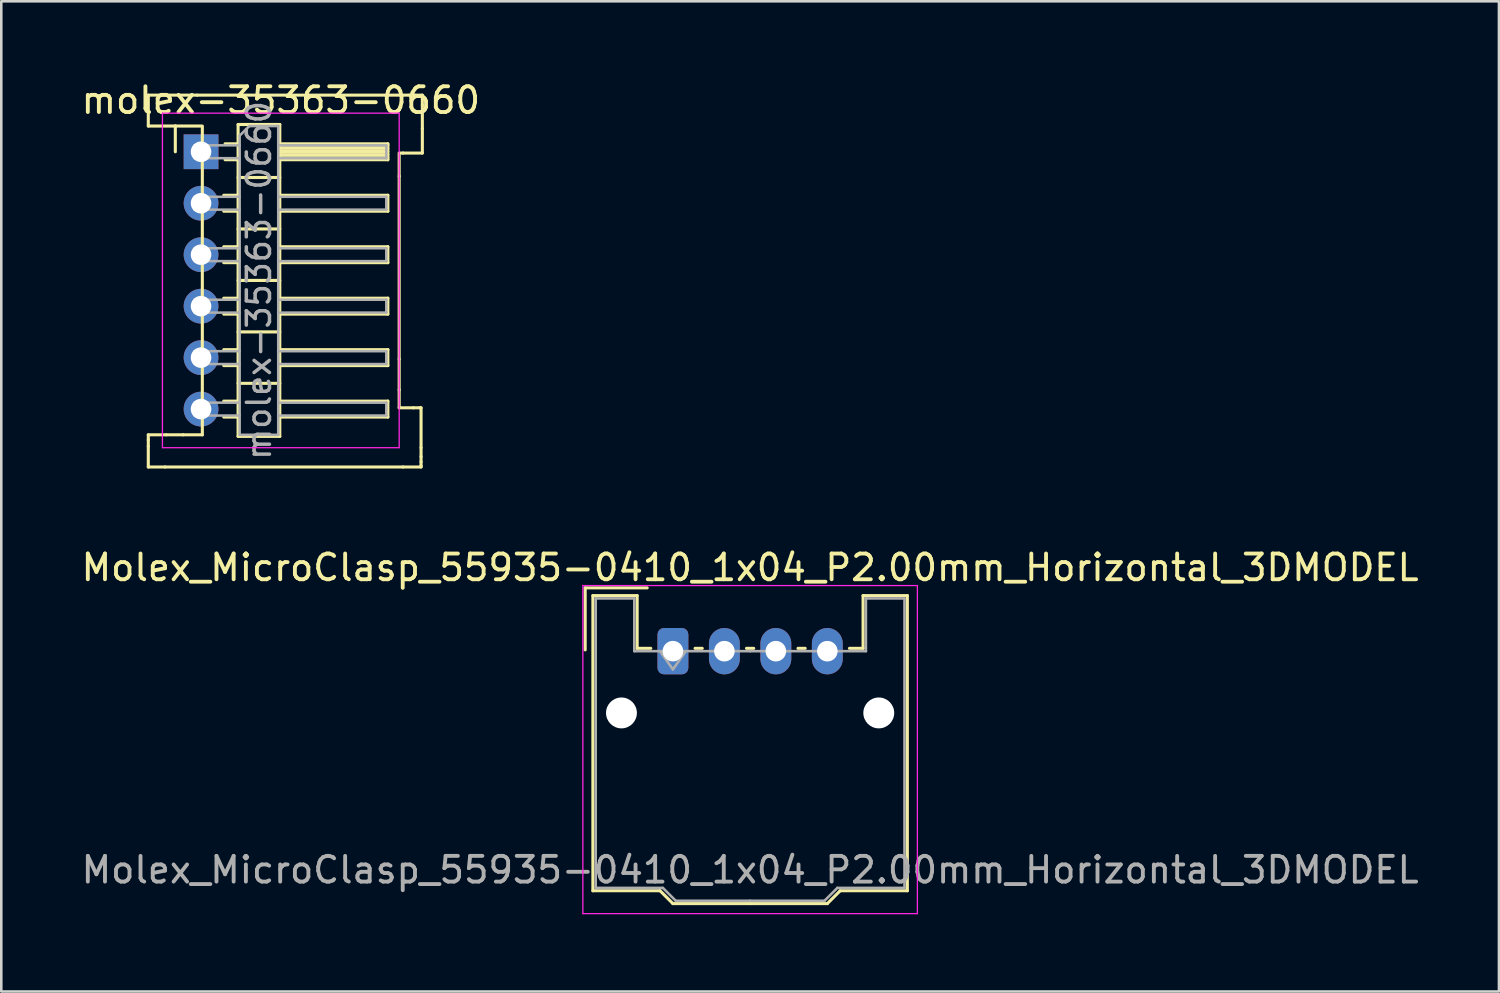
<source format=kicad_pcb>
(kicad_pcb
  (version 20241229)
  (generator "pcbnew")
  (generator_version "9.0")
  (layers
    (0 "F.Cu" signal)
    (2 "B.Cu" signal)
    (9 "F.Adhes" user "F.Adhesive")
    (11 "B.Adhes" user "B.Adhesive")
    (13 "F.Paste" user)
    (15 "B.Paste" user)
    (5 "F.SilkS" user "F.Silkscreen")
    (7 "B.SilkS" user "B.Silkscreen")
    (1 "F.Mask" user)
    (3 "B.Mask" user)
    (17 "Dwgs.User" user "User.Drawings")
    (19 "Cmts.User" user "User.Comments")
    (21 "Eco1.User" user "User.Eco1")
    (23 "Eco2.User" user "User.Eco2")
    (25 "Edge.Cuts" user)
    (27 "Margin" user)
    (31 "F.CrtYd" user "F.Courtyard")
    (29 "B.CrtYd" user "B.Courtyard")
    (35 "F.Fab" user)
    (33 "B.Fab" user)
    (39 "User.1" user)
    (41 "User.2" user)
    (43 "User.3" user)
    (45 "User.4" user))
  (footprint "Molex_MicroClasp_55935-0410_1x04_P2.00mm_Horizontal_3DMODEL"
    (layer "F.Cu")
    (at 23.101 22.256)
    (property "Reference" "Molex_MicroClasp_55935-0410_1x04_P2.00mm_Horizontal_3DMODEL" (at 3 -3.25 0) (layer "F.SilkS") (effects (font (size 1 1) (thickness 0.15))))
    (attr through_hole)
    (fp_line (start -3.41 -2.46) (end -1 -2.46) (stroke (width 0.12) (type solid)) (layer "F.SilkS"))
    (fp_line (start -3.41 -0.05) (end -3.41 -2.46) (stroke (width 0.12) (type solid)) (layer "F.SilkS"))
    (fp_line (start -3.11 -2.16) (end -1.39 -2.16) (stroke (width 0.12) (type solid)) (layer "F.SilkS"))
    (fp_line (start -3.11 9.31) (end -3.11 -2.16) (stroke (width 0.12) (type solid)) (layer "F.SilkS"))
    (fp_line (start -1.39 -2.16) (end -1.39 -0.11) (stroke (width 0.12) (type solid)) (layer "F.SilkS"))
    (fp_line (start -1.39 -0.11) (end -0.86 -0.11) (stroke (width 0.12) (type solid)) (layer "F.SilkS"))
    (fp_line (start -0.5 9.31) (end -3.11 9.31) (stroke (width 0.12) (type solid)) (layer "F.SilkS"))
    (fp_line (start 0 9.81) (end -0.5 9.31) (stroke (width 0.12) (type solid)) (layer "F.SilkS"))
    (fp_line (start 0.86 -0.11) (end 1.14 -0.11) (stroke (width 0.12) (type solid)) (layer "F.SilkS"))
    (fp_line (start 2.86 -0.11) (end 3.14 -0.11) (stroke (width 0.12) (type solid)) (layer "F.SilkS"))
    (fp_line (start 3 9.81) (end 0 9.81) (stroke (width 0.12) (type solid)) (layer "F.SilkS"))
    (fp_line (start 3 9.81) (end 6 9.81) (stroke (width 0.12) (type solid)) (layer "F.SilkS"))
    (fp_line (start 4.86 -0.11) (end 5.14 -0.11) (stroke (width 0.12) (type solid)) (layer "F.SilkS"))
    (fp_line (start 6 9.81) (end 6.5 9.31) (stroke (width 0.12) (type solid)) (layer "F.SilkS"))
    (fp_line (start 6.5 9.31) (end 9.11 9.31) (stroke (width 0.12) (type solid)) (layer "F.SilkS"))
    (fp_line (start 7.39 -2.16) (end 7.39 -0.11) (stroke (width 0.12) (type solid)) (layer "F.SilkS"))
    (fp_line (start 7.39 -0.11) (end 6.86 -0.11) (stroke (width 0.12) (type solid)) (layer "F.SilkS"))
    (fp_line (start 9.11 -2.16) (end 7.39 -2.16) (stroke (width 0.12) (type solid)) (layer "F.SilkS"))
    (fp_line (start 9.11 9.31) (end 9.11 -2.16) (stroke (width 0.12) (type solid)) (layer "F.SilkS"))
    (fp_line (start -3.5 -2.55) (end -3.5 10.2) (stroke (width 0.05) (type solid)) (layer "F.CrtYd"))
    (fp_line (start -3.5 10.2) (end 9.5 10.2) (stroke (width 0.05) (type solid)) (layer "F.CrtYd"))
    (fp_line (start 9.5 -2.55) (end -3.5 -2.55) (stroke (width 0.05) (type solid)) (layer "F.CrtYd"))
    (fp_line (start 9.5 10.2) (end 9.5 -2.55) (stroke (width 0.05) (type solid)) (layer "F.CrtYd"))
    (fp_line (start -3 -2.05) (end -1.5 -2.05) (stroke (width 0.1) (type solid)) (layer "F.Fab"))
    (fp_line (start -3 9.2) (end -3 -2.05) (stroke (width 0.1) (type solid)) (layer "F.Fab"))
    (fp_line (start -1.5 -2.05) (end -1.5 0) (stroke (width 0.1) (type solid)) (layer "F.Fab"))
    (fp_line (start -1.5 0) (end 3 0) (stroke (width 0.1) (type solid)) (layer "F.Fab"))
    (fp_line (start -0.5 0) (end 0 0.707) (stroke (width 0.1) (type solid)) (layer "F.Fab"))
    (fp_line (start -0.39 9.2) (end -3 9.2) (stroke (width 0.1) (type solid)) (layer "F.Fab"))
    (fp_line (start 0 0.707) (end 0.5 0) (stroke (width 0.1) (type solid)) (layer "F.Fab"))
    (fp_line (start 0.11 9.7) (end -0.39 9.2) (stroke (width 0.1) (type solid)) (layer "F.Fab"))
    (fp_line (start 3 9.7) (end 0.11 9.7) (stroke (width 0.1) (type solid)) (layer "F.Fab"))
    (fp_line (start 3 9.7) (end 5.89 9.7) (stroke (width 0.1) (type solid)) (layer "F.Fab"))
    (fp_line (start 5.89 9.7) (end 6.39 9.2) (stroke (width 0.1) (type solid)) (layer "F.Fab"))
    (fp_line (start 6.39 9.2) (end 9 9.2) (stroke (width 0.1) (type solid)) (layer "F.Fab"))
    (fp_line (start 7.5 -2.05) (end 7.5 0) (stroke (width 0.1) (type solid)) (layer "F.Fab"))
    (fp_line (start 7.5 0) (end 3 0) (stroke (width 0.1) (type solid)) (layer "F.Fab"))
    (fp_line (start 9 -2.05) (end 7.5 -2.05) (stroke (width 0.1) (type solid)) (layer "F.Fab"))
    (fp_line (start 9 9.2) (end 9 -2.05) (stroke (width 0.1) (type solid)) (layer "F.Fab"))
    (fp_text user "${REFERENCE}" (at 3 8.5 0) (layer "F.Fab") (effects (font (size 1 1) (thickness 0.15))))
    (pad "" np_thru_hole circle (at -2 2.4) (size 1.2 1.2) (drill 1.2) (layers "*.Cu" "*.Mask"))
    (pad "" np_thru_hole circle (at 8 2.4) (size 1.2 1.2) (drill 1.2) (layers "*.Cu" "*.Mask"))
    (pad "1" thru_hole roundrect (at 0 0) (size 1.2 1.8) (drill 0.8) (layers "*.Cu" "*.Mask") (roundrect_rratio 0.208))
    (pad "2" thru_hole oval (at 2 0) (size 1.2 1.8) (drill 0.8) (layers "*.Cu" "*.Mask"))
    (pad "3" thru_hole oval (at 4 0) (size 1.2 1.8) (drill 0.8) (layers "*.Cu" "*.Mask"))
    (pad "4" thru_hole oval (at 6 0) (size 1.2 1.8) (drill 0.8) (layers "*.Cu" "*.Mask")))
  (footprint "molex-35363-0660"
    (layer "F.Cu")
    (at 4.763 2.848)
    (property "Reference" "molex-35363-0660" (at 3.1 -2 0) (layer "F.SilkS") (effects (font (size 1 1) (thickness 0.15))))
    (attr through_hole)
    (fp_line (start -2.05 -2.2) (end -0.15 -2.2) (stroke (width 0.12) (type solid)) (layer "F.SilkS"))
    (fp_line (start -2.05 -1) (end -2.05 -2.2) (stroke (width 0.12) (type solid)) (layer "F.SilkS"))
    (fp_line (start -2.05 11) (end -1.35 11) (stroke (width 0.12) (type solid)) (layer "F.SilkS"))
    (fp_line (start -2.05 11.2) (end -2.05 11) (stroke (width 0.12) (type solid)) (layer "F.SilkS"))
    (fp_line (start -2.05 11.45) (end -2.05 11.2) (stroke (width 0.12) (type solid)) (layer "F.SilkS"))
    (fp_line (start -2.05 12.25) (end -2.05 11.45) (stroke (width 0.12) (type solid)) (layer "F.SilkS"))
    (fp_line (start -1.4 12.25) (end -2.05 12.25) (stroke (width 0.12) (type solid)) (layer "F.SilkS"))
    (fp_line (start -1.35 11) (end -0.7 11) (stroke (width 0.12) (type solid)) (layer "F.SilkS"))
    (fp_line (start -1 -1) (end -2.05 -1) (stroke (width 0.12) (type solid)) (layer "F.SilkS"))
    (fp_line (start -1 -1) (end 0 -1) (stroke (width 0.12) (type solid)) (layer "F.SilkS"))
    (fp_line (start -1 0) (end -1 -1) (stroke (width 0.12) (type solid)) (layer "F.SilkS"))
    (fp_line (start -0.7 11) (end 0.05 11) (stroke (width 0.12) (type solid)) (layer "F.SilkS"))
    (fp_line (start -0.15 -2.2) (end 8.1 -2.2) (stroke (width 0.12) (type solid)) (layer "F.SilkS"))
    (fp_line (start 0.05 11) (end 0.05 -1) (stroke (width 0.12) (type solid)) (layer "F.SilkS"))
    (fp_line (start 0.882 1.69) (end 1.44 1.69) (stroke (width 0.12) (type solid)) (layer "F.SilkS"))
    (fp_line (start 0.882 2.31) (end 1.44 2.31) (stroke (width 0.12) (type solid)) (layer "F.SilkS"))
    (fp_line (start 0.882 3.69) (end 1.44 3.69) (stroke (width 0.12) (type solid)) (layer "F.SilkS"))
    (fp_line (start 0.882 4.31) (end 1.44 4.31) (stroke (width 0.12) (type solid)) (layer "F.SilkS"))
    (fp_line (start 0.882 5.69) (end 1.44 5.69) (stroke (width 0.12) (type solid)) (layer "F.SilkS"))
    (fp_line (start 0.882 6.31) (end 1.44 6.31) (stroke (width 0.12) (type solid)) (layer "F.SilkS"))
    (fp_line (start 0.882 7.69) (end 1.44 7.69) (stroke (width 0.12) (type solid)) (layer "F.SilkS"))
    (fp_line (start 0.882 8.31) (end 1.44 8.31) (stroke (width 0.12) (type solid)) (layer "F.SilkS"))
    (fp_line (start 0.882 9.69) (end 1.44 9.69) (stroke (width 0.12) (type solid)) (layer "F.SilkS"))
    (fp_line (start 0.882 10.31) (end 1.44 10.31) (stroke (width 0.12) (type solid)) (layer "F.SilkS"))
    (fp_line (start 0.935 -0.31) (end 1.44 -0.31) (stroke (width 0.12) (type solid)) (layer "F.SilkS"))
    (fp_line (start 0.935 0.31) (end 1.44 0.31) (stroke (width 0.12) (type solid)) (layer "F.SilkS"))
    (fp_line (start 1.44 -1.06) (end 1.44 11.06) (stroke (width 0.12) (type solid)) (layer "F.SilkS"))
    (fp_line (start 1.44 1) (end 3.06 1) (stroke (width 0.12) (type solid)) (layer "F.SilkS"))
    (fp_line (start 1.44 3) (end 3.06 3) (stroke (width 0.12) (type solid)) (layer "F.SilkS"))
    (fp_line (start 1.44 5) (end 3.06 5) (stroke (width 0.12) (type solid)) (layer "F.SilkS"))
    (fp_line (start 1.44 7) (end 3.06 7) (stroke (width 0.12) (type solid)) (layer "F.SilkS"))
    (fp_line (start 1.44 9) (end 3.06 9) (stroke (width 0.12) (type solid)) (layer "F.SilkS"))
    (fp_line (start 1.44 11.06) (end 3.06 11.06) (stroke (width 0.12) (type solid)) (layer "F.SilkS"))
    (fp_line (start 3.06 -1.06) (end 1.44 -1.06) (stroke (width 0.12) (type solid)) (layer "F.SilkS"))
    (fp_line (start 3.06 -0.31) (end 7.26 -0.31) (stroke (width 0.12) (type solid)) (layer "F.SilkS"))
    (fp_line (start 3.06 -0.25) (end 7.26 -0.25) (stroke (width 0.12) (type solid)) (layer "F.SilkS"))
    (fp_line (start 3.06 -0.13) (end 7.26 -0.13) (stroke (width 0.12) (type solid)) (layer "F.SilkS"))
    (fp_line (start 3.06 -0.01) (end 7.26 -0.01) (stroke (width 0.12) (type solid)) (layer "F.SilkS"))
    (fp_line (start 3.06 0.11) (end 7.26 0.11) (stroke (width 0.12) (type solid)) (layer "F.SilkS"))
    (fp_line (start 3.06 0.23) (end 7.26 0.23) (stroke (width 0.12) (type solid)) (layer "F.SilkS"))
    (fp_line (start 3.06 1.69) (end 7.26 1.69) (stroke (width 0.12) (type solid)) (layer "F.SilkS"))
    (fp_line (start 3.06 3.69) (end 7.26 3.69) (stroke (width 0.12) (type solid)) (layer "F.SilkS"))
    (fp_line (start 3.06 5.69) (end 7.26 5.69) (stroke (width 0.12) (type solid)) (layer "F.SilkS"))
    (fp_line (start 3.06 7.69) (end 7.26 7.69) (stroke (width 0.12) (type solid)) (layer "F.SilkS"))
    (fp_line (start 3.06 9.69) (end 7.26 9.69) (stroke (width 0.12) (type solid)) (layer "F.SilkS"))
    (fp_line (start 3.06 11.06) (end 3.06 -1.06) (stroke (width 0.12) (type solid)) (layer "F.SilkS"))
    (fp_line (start 7.26 -0.31) (end 7.26 0.31) (stroke (width 0.12) (type solid)) (layer "F.SilkS"))
    (fp_line (start 7.26 0.31) (end 3.06 0.31) (stroke (width 0.12) (type solid)) (layer "F.SilkS"))
    (fp_line (start 7.26 1.69) (end 7.26 2.31) (stroke (width 0.12) (type solid)) (layer "F.SilkS"))
    (fp_line (start 7.26 2.31) (end 3.06 2.31) (stroke (width 0.12) (type solid)) (layer "F.SilkS"))
    (fp_line (start 7.26 3.69) (end 7.26 4.31) (stroke (width 0.12) (type solid)) (layer "F.SilkS"))
    (fp_line (start 7.26 4.31) (end 3.06 4.31) (stroke (width 0.12) (type solid)) (layer "F.SilkS"))
    (fp_line (start 7.26 5.69) (end 7.26 6.31) (stroke (width 0.12) (type solid)) (layer "F.SilkS"))
    (fp_line (start 7.26 6.31) (end 3.06 6.31) (stroke (width 0.12) (type solid)) (layer "F.SilkS"))
    (fp_line (start 7.26 7.69) (end 7.26 8.31) (stroke (width 0.12) (type solid)) (layer "F.SilkS"))
    (fp_line (start 7.26 8.31) (end 3.06 8.31) (stroke (width 0.12) (type solid)) (layer "F.SilkS"))
    (fp_line (start 7.26 9.69) (end 7.26 10.31) (stroke (width 0.12) (type solid)) (layer "F.SilkS"))
    (fp_line (start 7.26 10.31) (end 3.06 10.31) (stroke (width 0.12) (type solid)) (layer "F.SilkS"))
    (fp_line (start 7.7 0.05) (end 7.7 0.95) (stroke (width 0.12) (type solid)) (layer "F.SilkS"))
    (fp_line (start 7.7 0.95) (end 7.7 8.05) (stroke (width 0.12) (type solid)) (layer "F.SilkS"))
    (fp_line (start 7.7 8.05) (end 7.7 9.25) (stroke (width 0.12) (type solid)) (layer "F.SilkS"))
    (fp_line (start 7.7 9.25) (end 7.7 9.95) (stroke (width 0.12) (type solid)) (layer "F.SilkS"))
    (fp_line (start 7.7 9.95) (end 8.25 9.95) (stroke (width 0.12) (type solid)) (layer "F.SilkS"))
    (fp_line (start 7.85 0.05) (end 7.75 0.05) (stroke (width 0.12) (type solid)) (layer "F.SilkS"))
    (fp_line (start 7.85 12.25) (end -1.4 12.25) (stroke (width 0.12) (type solid)) (layer "F.SilkS"))
    (fp_line (start 8.1 -2.2) (end 8.3 -2.2) (stroke (width 0.12) (type solid)) (layer "F.SilkS"))
    (fp_line (start 8.25 9.95) (end 8.5 9.95) (stroke (width 0.12) (type solid)) (layer "F.SilkS"))
    (fp_line (start 8.3 -2.2) (end 8.6 -2.2) (stroke (width 0.12) (type solid)) (layer "F.SilkS"))
    (fp_line (start 8.5 9.95) (end 8.55 9.95) (stroke (width 0.12) (type solid)) (layer "F.SilkS"))
    (fp_line (start 8.55 9.95) (end 8.55 11.5) (stroke (width 0.12) (type solid)) (layer "F.SilkS"))
    (fp_line (start 8.55 11.5) (end 8.55 11.85) (stroke (width 0.12) (type solid)) (layer "F.SilkS"))
    (fp_line (start 8.55 11.85) (end 8.55 12.05) (stroke (width 0.12) (type solid)) (layer "F.SilkS"))
    (fp_line (start 8.55 12.05) (end 8.55 12.2) (stroke (width 0.12) (type solid)) (layer "F.SilkS"))
    (fp_line (start 8.55 12.2) (end 8.55 12.25) (stroke (width 0.12) (type solid)) (layer "F.SilkS"))
    (fp_line (start 8.55 12.25) (end 7.85 12.25) (stroke (width 0.12) (type solid)) (layer "F.SilkS"))
    (fp_line (start 8.6 -2.2) (end 8.6 -1.8) (stroke (width 0.12) (type solid)) (layer "F.SilkS"))
    (fp_line (start 8.6 -1.8) (end 8.6 -0.9) (stroke (width 0.12) (type solid)) (layer "F.SilkS"))
    (fp_line (start 8.6 -0.9) (end 8.6 0.05) (stroke (width 0.12) (type solid)) (layer "F.SilkS"))
    (fp_line (start 8.6 0.05) (end 7.85 0.05) (stroke (width 0.12) (type solid)) (layer "F.SilkS"))
    (fp_line (start -1.5 -1.5) (end -1.5 11.5) (stroke (width 0.05) (type solid)) (layer "F.CrtYd"))
    (fp_line (start -1.5 11.5) (end 7.7 11.5) (stroke (width 0.05) (type solid)) (layer "F.CrtYd"))
    (fp_line (start 7.7 -1.5) (end -1.5 -1.5) (stroke (width 0.05) (type solid)) (layer "F.CrtYd"))
    (fp_line (start 7.7 11.5) (end 7.7 -1.5) (stroke (width 0.05) (type solid)) (layer "F.CrtYd"))
    (fp_line (start -0.25 -0.25) (end -0.25 0.25) (stroke (width 0.1) (type solid)) (layer "F.Fab"))
    (fp_line (start -0.25 -0.25) (end 1.5 -0.25) (stroke (width 0.1) (type solid)) (layer "F.Fab"))
    (fp_line (start -0.25 0.25) (end 1.5 0.25) (stroke (width 0.1) (type solid)) (layer "F.Fab"))
    (fp_line (start -0.25 1.75) (end -0.25 2.25) (stroke (width 0.1) (type solid)) (layer "F.Fab"))
    (fp_line (start -0.25 1.75) (end 1.5 1.75) (stroke (width 0.1) (type solid)) (layer "F.Fab"))
    (fp_line (start -0.25 2.25) (end 1.5 2.25) (stroke (width 0.1) (type solid)) (layer "F.Fab"))
    (fp_line (start -0.25 3.75) (end -0.25 4.25) (stroke (width 0.1) (type solid)) (layer "F.Fab"))
    (fp_line (start -0.25 3.75) (end 1.5 3.75) (stroke (width 0.1) (type solid)) (layer "F.Fab"))
    (fp_line (start -0.25 4.25) (end 1.5 4.25) (stroke (width 0.1) (type solid)) (layer "F.Fab"))
    (fp_line (start -0.25 5.75) (end -0.25 6.25) (stroke (width 0.1) (type solid)) (layer "F.Fab"))
    (fp_line (start -0.25 5.75) (end 1.5 5.75) (stroke (width 0.1) (type solid)) (layer "F.Fab"))
    (fp_line (start -0.25 6.25) (end 1.5 6.25) (stroke (width 0.1) (type solid)) (layer "F.Fab"))
    (fp_line (start -0.25 7.75) (end -0.25 8.25) (stroke (width 0.1) (type solid)) (layer "F.Fab"))
    (fp_line (start -0.25 7.75) (end 1.5 7.75) (stroke (width 0.1) (type solid)) (layer "F.Fab"))
    (fp_line (start -0.25 8.25) (end 1.5 8.25) (stroke (width 0.1) (type solid)) (layer "F.Fab"))
    (fp_line (start -0.25 9.75) (end -0.25 10.25) (stroke (width 0.1) (type solid)) (layer "F.Fab"))
    (fp_line (start -0.25 9.75) (end 1.5 9.75) (stroke (width 0.1) (type solid)) (layer "F.Fab"))
    (fp_line (start -0.25 10.25) (end 1.5 10.25) (stroke (width 0.1) (type solid)) (layer "F.Fab"))
    (fp_line (start 1.5 -0.625) (end 1.875 -1) (stroke (width 0.1) (type solid)) (layer "F.Fab"))
    (fp_line (start 1.5 11) (end 1.5 -0.625) (stroke (width 0.1) (type solid)) (layer "F.Fab"))
    (fp_line (start 1.875 -1) (end 3 -1) (stroke (width 0.1) (type solid)) (layer "F.Fab"))
    (fp_line (start 3 -1) (end 3 11) (stroke (width 0.1) (type solid)) (layer "F.Fab"))
    (fp_line (start 3 -0.25) (end 7.2 -0.25) (stroke (width 0.1) (type solid)) (layer "F.Fab"))
    (fp_line (start 3 0.25) (end 7.2 0.25) (stroke (width 0.1) (type solid)) (layer "F.Fab"))
    (fp_line (start 3 1.75) (end 7.2 1.75) (stroke (width 0.1) (type solid)) (layer "F.Fab"))
    (fp_line (start 3 2.25) (end 7.2 2.25) (stroke (width 0.1) (type solid)) (layer "F.Fab"))
    (fp_line (start 3 3.75) (end 7.2 3.75) (stroke (width 0.1) (type solid)) (layer "F.Fab"))
    (fp_line (start 3 4.25) (end 7.2 4.25) (stroke (width 0.1) (type solid)) (layer "F.Fab"))
    (fp_line (start 3 5.75) (end 7.2 5.75) (stroke (width 0.1) (type solid)) (layer "F.Fab"))
    (fp_line (start 3 6.25) (end 7.2 6.25) (stroke (width 0.1) (type solid)) (layer "F.Fab"))
    (fp_line (start 3 7.75) (end 7.2 7.75) (stroke (width 0.1) (type solid)) (layer "F.Fab"))
    (fp_line (start 3 8.25) (end 7.2 8.25) (stroke (width 0.1) (type solid)) (layer "F.Fab"))
    (fp_line (start 3 9.75) (end 7.2 9.75) (stroke (width 0.1) (type solid)) (layer "F.Fab"))
    (fp_line (start 3 10.25) (end 7.2 10.25) (stroke (width 0.1) (type solid)) (layer "F.Fab"))
    (fp_line (start 3 11) (end 1.5 11) (stroke (width 0.1) (type solid)) (layer "F.Fab"))
    (fp_line (start 7.2 -0.25) (end 7.2 0.25) (stroke (width 0.1) (type solid)) (layer "F.Fab"))
    (fp_line (start 7.2 1.75) (end 7.2 2.25) (stroke (width 0.1) (type solid)) (layer "F.Fab"))
    (fp_line (start 7.2 3.75) (end 7.2 4.25) (stroke (width 0.1) (type solid)) (layer "F.Fab"))
    (fp_line (start 7.2 5.75) (end 7.2 6.25) (stroke (width 0.1) (type solid)) (layer "F.Fab"))
    (fp_line (start 7.2 7.75) (end 7.2 8.25) (stroke (width 0.1) (type solid)) (layer "F.Fab"))
    (fp_line (start 7.2 9.75) (end 7.2 10.25) (stroke (width 0.1) (type solid)) (layer "F.Fab"))
    (fp_text user "${REFERENCE}" (at 2.25 5 90) (layer "F.Fab") (effects (font (size 0.9 0.9) (thickness 0.135))))
    (pad "1" thru_hole rect (at 0 0) (size 1.35 1.35) (drill 0.8) (layers "*.Cu" "*.Mask"))
    (pad "2" thru_hole oval (at 0 2) (size 1.35 1.35) (drill 0.8) (layers "*.Cu" "*.Mask"))
    (pad "3" thru_hole oval (at 0 4) (size 1.35 1.35) (drill 0.8) (layers "*.Cu" "*.Mask"))
    (pad "4" thru_hole oval (at 0 6) (size 1.35 1.35) (drill 0.8) (layers "*.Cu" "*.Mask"))
    (pad "5" thru_hole oval (at 0 8) (size 1.35 1.35) (drill 0.8) (layers "*.Cu" "*.Mask"))
    (pad "6" thru_hole oval (at 0 10) (size 1.35 1.35) (drill 0.8) (layers "*.Cu" "*.Mask")))
  (gr_rect
    (start -3 -3)
    (end 55.202 35.481)
    (stroke (width 0.1) (type default))
    (fill no)
    (layer "Edge.Cuts")))
</source>
